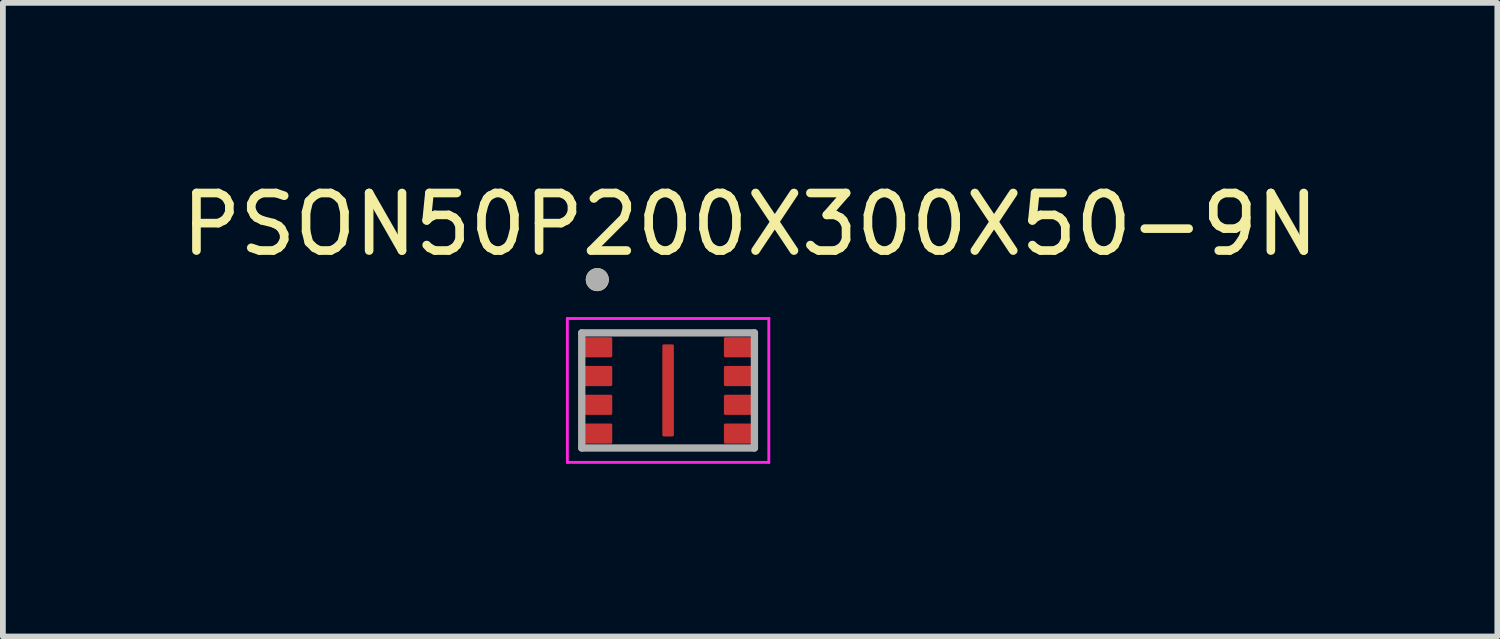
<source format=kicad_pcb>
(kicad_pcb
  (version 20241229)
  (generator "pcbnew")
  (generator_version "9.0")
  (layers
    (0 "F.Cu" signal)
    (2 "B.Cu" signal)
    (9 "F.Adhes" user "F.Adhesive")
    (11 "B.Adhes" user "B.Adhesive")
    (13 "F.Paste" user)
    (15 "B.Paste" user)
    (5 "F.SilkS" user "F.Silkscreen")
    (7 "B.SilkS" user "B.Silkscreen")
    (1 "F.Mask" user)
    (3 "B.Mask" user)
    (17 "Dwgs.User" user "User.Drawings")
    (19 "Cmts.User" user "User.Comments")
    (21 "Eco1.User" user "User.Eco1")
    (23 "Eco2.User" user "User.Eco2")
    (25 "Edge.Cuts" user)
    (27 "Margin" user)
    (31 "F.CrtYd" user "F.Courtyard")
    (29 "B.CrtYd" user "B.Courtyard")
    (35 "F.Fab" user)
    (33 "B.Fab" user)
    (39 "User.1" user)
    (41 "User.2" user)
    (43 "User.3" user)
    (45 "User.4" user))
  (footprint "PSON50P200X300X50-9N"
    (layer "F.Cu")
    (at 8.557 3.733)
    (property "Reference" "PSON50P200X300X50-9N" (at 1.425 -2.885 0) (layer "F.SilkS") (effects (font (size 1 1) (thickness 0.15))))
    (attr smd)
    (fp_circle (center -1.23 -1.925) (end -1.13 -1.925) (stroke (width 0.2) (type solid)) (fill no) (layer "F.SilkS"))
    (fp_line (start -1.75 -1.25) (end -1.75 1.25) (stroke (width 0.05) (type solid)) (layer "F.CrtYd"))
    (fp_line (start -1.75 1.25) (end 1.75 1.25) (stroke (width 0.05) (type solid)) (layer "F.CrtYd"))
    (fp_line (start 1.75 -1.25) (end -1.75 -1.25) (stroke (width 0.05) (type solid)) (layer "F.CrtYd"))
    (fp_line (start 1.75 1.25) (end 1.75 -1.25) (stroke (width 0.05) (type solid)) (layer "F.CrtYd"))
    (fp_line (start -1.5 -1) (end 1.5 -1) (stroke (width 0.127) (type solid)) (layer "F.Fab"))
    (fp_line (start -1.5 1) (end -1.5 -1) (stroke (width 0.127) (type solid)) (layer "F.Fab"))
    (fp_line (start 1.5 -1) (end 1.5 1) (stroke (width 0.127) (type solid)) (layer "F.Fab"))
    (fp_line (start 1.5 1) (end -1.5 1) (stroke (width 0.127) (type solid)) (layer "F.Fab"))
    (fp_circle (center -1.23 -1.925) (end -1.13 -1.925) (stroke (width 0.2) (type solid)) (fill no) (layer "F.Fab"))
    (pad "1" smd roundrect (at -1.23 -0.75) (size 0.52 0.35) (layers "F.Cu" "F.Mask" "F.Paste") (roundrect_rratio 0.07))
    (pad "2" smd roundrect (at -1.23 -0.25) (size 0.52 0.35) (layers "F.Cu" "F.Mask" "F.Paste") (roundrect_rratio 0.07))
    (pad "3" smd roundrect (at -1.23 0.25) (size 0.52 0.35) (layers "F.Cu" "F.Mask" "F.Paste") (roundrect_rratio 0.07))
    (pad "4" smd roundrect (at -1.23 0.75) (size 0.52 0.35) (layers "F.Cu" "F.Mask" "F.Paste") (roundrect_rratio 0.07))
    (pad "5" smd roundrect (at 1.23 0.75) (size 0.52 0.35) (layers "F.Cu" "F.Mask" "F.Paste") (roundrect_rratio 0.07))
    (pad "6" smd roundrect (at 1.23 0.25) (size 0.52 0.35) (layers "F.Cu" "F.Mask" "F.Paste") (roundrect_rratio 0.07))
    (pad "7" smd roundrect (at 1.23 -0.25) (size 0.52 0.35) (layers "F.Cu" "F.Mask" "F.Paste") (roundrect_rratio 0.07))
    (pad "8" smd roundrect (at 1.23 -0.75) (size 0.52 0.35) (layers "F.Cu" "F.Mask" "F.Paste") (roundrect_rratio 0.07))
    (pad "9" smd roundrect (at 0 0) (size 0.2 1.6) (layers "F.Cu" "F.Mask" "F.Paste") (roundrect_rratio 0.125)))
  (gr_rect
    (start -3 -3)
    (end 22.964 8.008)
    (stroke (width 0.1) (type default))
    (fill no)
    (layer "Edge.Cuts")))
</source>
